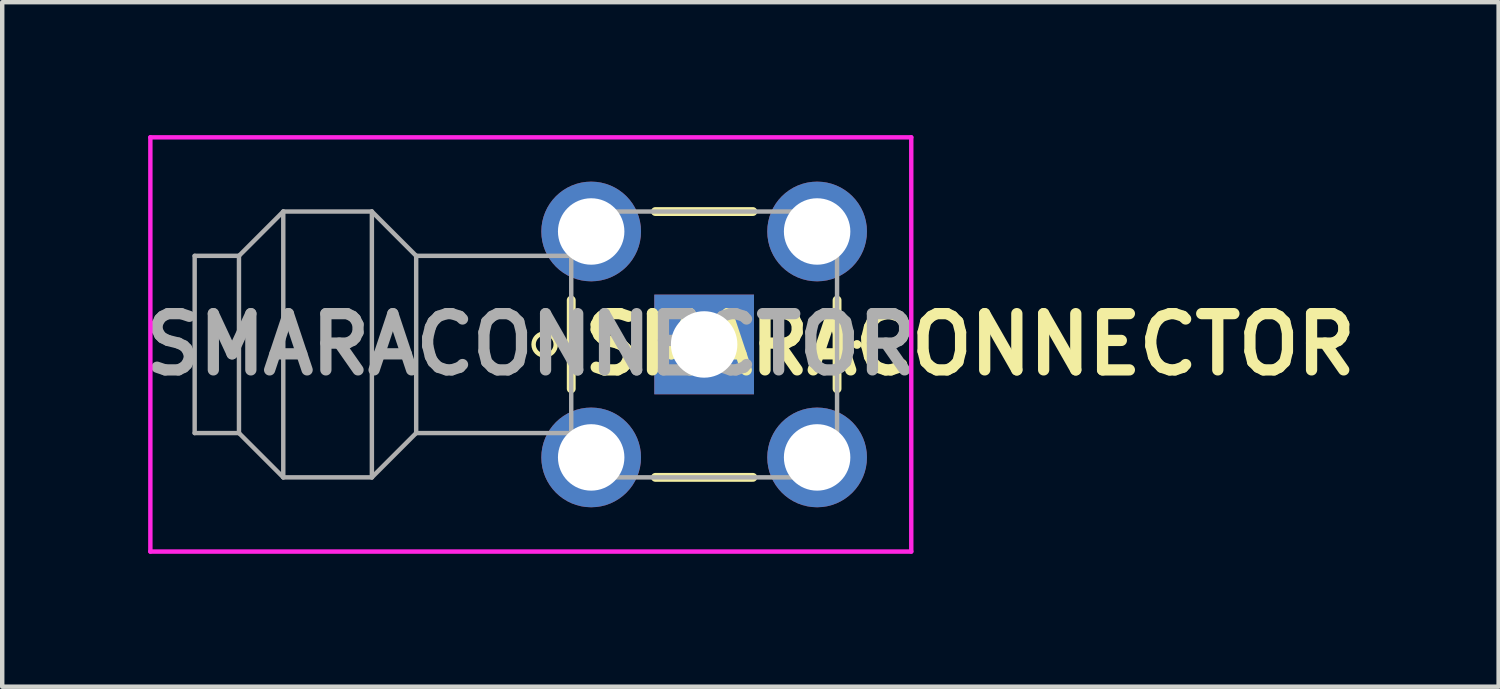
<source format=kicad_pcb>
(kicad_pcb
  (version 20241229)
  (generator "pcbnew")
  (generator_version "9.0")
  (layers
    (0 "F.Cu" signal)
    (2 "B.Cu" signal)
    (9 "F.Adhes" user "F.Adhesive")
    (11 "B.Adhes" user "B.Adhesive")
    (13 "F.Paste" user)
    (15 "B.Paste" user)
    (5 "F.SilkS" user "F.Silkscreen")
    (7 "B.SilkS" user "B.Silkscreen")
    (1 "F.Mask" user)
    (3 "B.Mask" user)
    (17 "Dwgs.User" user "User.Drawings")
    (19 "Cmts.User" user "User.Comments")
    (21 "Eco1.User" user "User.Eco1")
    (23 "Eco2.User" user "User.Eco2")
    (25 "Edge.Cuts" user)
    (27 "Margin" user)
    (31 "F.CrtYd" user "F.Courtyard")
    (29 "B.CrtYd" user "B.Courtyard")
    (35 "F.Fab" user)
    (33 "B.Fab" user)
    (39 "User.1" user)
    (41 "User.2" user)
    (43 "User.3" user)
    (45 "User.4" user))
  (footprint "SMARACONNECTOR"
    (layer "F.Cu")
    (at 12.844 4.725)
    (property "Reference" "SMARACONNECTOR" (at 6 0 0) (layer "F.SilkS") (effects (font (size 1.27 1.27) (thickness 0.254))))
    (attr through_hole)
    (fp_line (start -3 -1) (end -3 1) (stroke (width 0.2) (type solid)) (layer "F.SilkS"))
    (fp_line (start -1.1 3) (end 1.1 3) (stroke (width 0.2) (type solid)) (layer "F.SilkS"))
    (fp_line (start 1.1 -3) (end -1.1 -3) (stroke (width 0.2) (type solid)) (layer "F.SilkS"))
    (fp_line (start 3 1) (end 3 -1) (stroke (width 0.2) (type solid)) (layer "F.SilkS"))
    (fp_line (start 3.4 0) (end 3.4 0) (stroke (width 0.1) (type solid)) (layer "F.SilkS"))
    (fp_line (start 3.5 0) (end 3.5 0) (stroke (width 0.1) (type solid)) (layer "F.SilkS"))
    (fp_arc (start 3.4 0) (mid 3.45 -0.05) (end 3.5 0) (stroke (width 0.1) (type solid)) (layer "F.SilkS"))
    (fp_arc (start 3.5 0) (mid 3.45 0.05) (end 3.4 0) (stroke (width 0.1) (type solid)) (layer "F.SilkS"))
    (fp_circle (center -3.6 0) (end -3.35 0) (stroke (width 0.1) (type default)) (fill no) (layer "F.SilkS"))
    (fp_line (start -12.5 -4.675) (end 4.675 -4.675) (stroke (width 0.1) (type solid)) (layer "F.CrtYd"))
    (fp_line (start -12.5 4.675) (end -12.5 -4.675) (stroke (width 0.1) (type solid)) (layer "F.CrtYd"))
    (fp_line (start 4.675 -4.675) (end 4.675 4.675) (stroke (width 0.1) (type solid)) (layer "F.CrtYd"))
    (fp_line (start 4.675 4.675) (end -12.5 4.675) (stroke (width 0.1) (type solid)) (layer "F.CrtYd"))
    (fp_line (start -11.5 -2) (end -11.5 2) (stroke (width 0.1) (type solid)) (layer "F.Fab"))
    (fp_line (start -11.5 2) (end -10.5 2) (stroke (width 0.1) (type solid)) (layer "F.Fab"))
    (fp_line (start -10.5 -2) (end -11.5 -2) (stroke (width 0.1) (type solid)) (layer "F.Fab"))
    (fp_line (start -10.5 -2) (end -9.5 -3) (stroke (width 0.1) (type solid)) (layer "F.Fab"))
    (fp_line (start -10.5 2) (end -10.5 -2) (stroke (width 0.1) (type solid)) (layer "F.Fab"))
    (fp_line (start -9.5 -3) (end -9.5 3) (stroke (width 0.1) (type solid)) (layer "F.Fab"))
    (fp_line (start -9.5 3) (end -10.5 2) (stroke (width 0.1) (type solid)) (layer "F.Fab"))
    (fp_line (start -9.5 3) (end -7.5 3) (stroke (width 0.1) (type solid)) (layer "F.Fab"))
    (fp_line (start -7.5 -3) (end -9.5 -3) (stroke (width 0.1) (type solid)) (layer "F.Fab"))
    (fp_line (start -7.5 -3) (end -6.5 -2) (stroke (width 0.1) (type solid)) (layer "F.Fab"))
    (fp_line (start -7.5 3) (end -7.5 -3) (stroke (width 0.1) (type solid)) (layer "F.Fab"))
    (fp_line (start -6.5 -2) (end -6.5 2) (stroke (width 0.1) (type solid)) (layer "F.Fab"))
    (fp_line (start -6.5 2) (end -7.5 3) (stroke (width 0.1) (type solid)) (layer "F.Fab"))
    (fp_line (start -6.5 2) (end -3 2) (stroke (width 0.1) (type solid)) (layer "F.Fab"))
    (fp_line (start -3 -3) (end 3 -3) (stroke (width 0.1) (type solid)) (layer "F.Fab"))
    (fp_line (start -3 -2) (end -6.5 -2) (stroke (width 0.1) (type solid)) (layer "F.Fab"))
    (fp_line (start -3 3) (end -3 -3) (stroke (width 0.1) (type solid)) (layer "F.Fab"))
    (fp_line (start 3 -3) (end 3 3) (stroke (width 0.1) (type solid)) (layer "F.Fab"))
    (fp_line (start 3 3) (end -3 3) (stroke (width 0.1) (type solid)) (layer "F.Fab"))
    (fp_text user "${REFERENCE}" (at -3.912 0 0) (layer "F.Fab") (effects (font (size 1.27 1.27) (thickness 0.254))))
    (pad "1" thru_hole rect (at 0 0) (size 2.25 2.25) (drill 1.5) (layers "*.Cu" "*.Mask"))
    (pad "2" thru_hole circle (at -2.55 -2.55) (size 2.25 2.25) (drill 1.5) (layers "*.Cu" "*.Mask"))
    (pad "3" thru_hole circle (at -2.55 2.55) (size 2.25 2.25) (drill 1.5) (layers "*.Cu" "*.Mask"))
    (pad "4" thru_hole circle (at 2.55 2.55) (size 2.25 2.25) (drill 1.5) (layers "*.Cu" "*.Mask"))
    (pad "5" thru_hole circle (at 2.55 -2.55) (size 2.25 2.25) (drill 1.5) (layers "*.Cu" "*.Mask")))
  (gr_rect
    (start -3 -3)
    (end 30.777 12.45)
    (stroke (width 0.1) (type default))
    (fill no)
    (layer "Edge.Cuts")))
</source>
